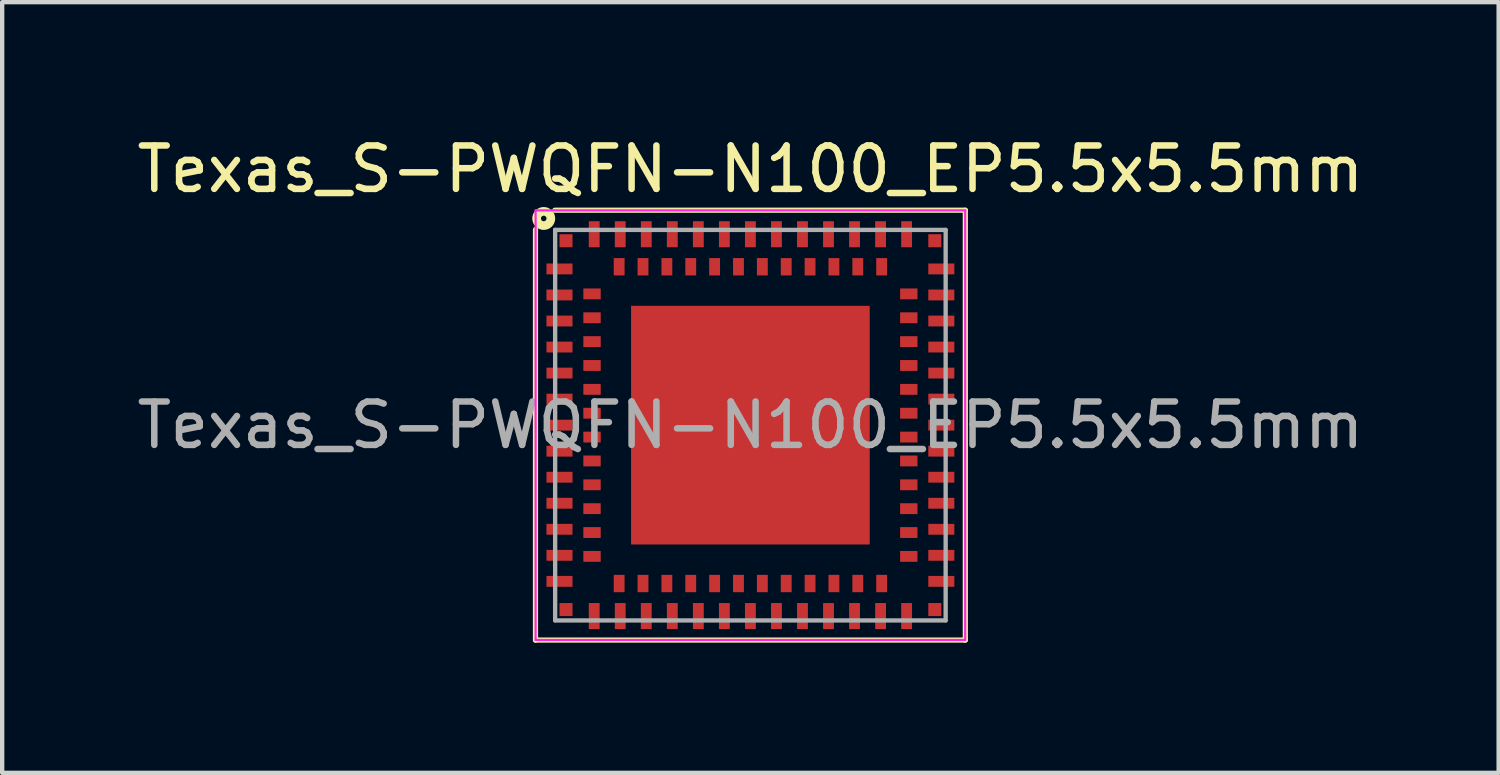
<source format=kicad_pcb>
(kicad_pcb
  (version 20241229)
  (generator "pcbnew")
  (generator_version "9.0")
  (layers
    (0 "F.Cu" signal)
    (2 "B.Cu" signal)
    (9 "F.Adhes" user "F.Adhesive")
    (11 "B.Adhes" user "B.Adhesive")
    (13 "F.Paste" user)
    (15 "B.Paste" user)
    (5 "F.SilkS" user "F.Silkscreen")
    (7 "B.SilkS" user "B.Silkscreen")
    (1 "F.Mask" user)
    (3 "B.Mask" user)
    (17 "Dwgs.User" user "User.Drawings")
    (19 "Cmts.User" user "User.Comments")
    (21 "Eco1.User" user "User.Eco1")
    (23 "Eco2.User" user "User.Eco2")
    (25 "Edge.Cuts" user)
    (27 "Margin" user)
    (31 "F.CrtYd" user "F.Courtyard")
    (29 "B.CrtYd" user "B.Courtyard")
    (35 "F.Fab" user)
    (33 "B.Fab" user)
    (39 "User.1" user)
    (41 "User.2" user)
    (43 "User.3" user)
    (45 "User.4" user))
  (footprint "Texas_S-PWQFN-N100_EP5.5x5.5mm"
    (layer "F.Cu")
    (at 14.244 6.748)
    (property "Reference" "Texas_S-PWQFN-N100_EP5.5x5.5mm" (at 0 -5.9 0) (layer "F.SilkS") (effects (font (size 1 1) (thickness 0.15))))
    (attr smd)
    (fp_line (start -4.953 4.953) (end -4.953 -4.508) (stroke (width 0.12) (type solid)) (layer "F.SilkS"))
    (fp_line (start -4.508 -4.953) (end 4.953 -4.953) (stroke (width 0.12) (type solid)) (layer "F.SilkS"))
    (fp_line (start 4.953 -4.953) (end 4.953 4.953) (stroke (width 0.12) (type solid)) (layer "F.SilkS"))
    (fp_line (start 4.953 4.953) (end -4.953 4.953) (stroke (width 0.12) (type solid)) (layer "F.SilkS"))
    (fp_circle (center -4.763 -4.763) (end -4.699 -4.763) (stroke (width 0.2) (type solid)) (fill no) (layer "F.SilkS"))
    (fp_line (start -4.95 -4.95) (end 4.95 -4.95) (stroke (width 0.05) (type solid)) (layer "F.CrtYd"))
    (fp_line (start -4.95 4.95) (end -4.95 -4.95) (stroke (width 0.05) (type solid)) (layer "F.CrtYd"))
    (fp_line (start 4.95 -4.95) (end 4.95 4.95) (stroke (width 0.05) (type solid)) (layer "F.CrtYd"))
    (fp_line (start 4.95 4.95) (end -4.95 4.95) (stroke (width 0.05) (type solid)) (layer "F.CrtYd"))
    (fp_line (start -4.5 -4.5) (end -4.5 4.5) (stroke (width 0.1) (type solid)) (layer "F.Fab"))
    (fp_line (start -4.5 -4.5) (end 4.5 -4.5) (stroke (width 0.1) (type solid)) (layer "F.Fab"))
    (fp_line (start -4.5 4.5) (end 4.5 4.5) (stroke (width 0.1) (type solid)) (layer "F.Fab"))
    (fp_line (start 4.5 -4.5) (end 4.5 4.5) (stroke (width 0.1) (type solid)) (layer "F.Fab"))
    (fp_text user "${REFERENCE}" (at 0 0 0) (layer "F.Fab") (effects (font (size 1 1) (thickness 0.15))))
    (pad "" smd rect (at -1.66 -1.66) (size 1.5 1.5) (layers "F.Paste"))
    (pad "" smd rect (at -1.66 0) (size 1.5 1.5) (layers "F.Paste"))
    (pad "" smd rect (at -1.66 1.66) (size 1.5 1.5) (layers "F.Paste"))
    (pad "" smd rect (at 0 -1.66) (size 1.5 1.5) (layers "F.Paste"))
    (pad "" smd rect (at 0 0) (size 1.5 1.5) (layers "F.Paste"))
    (pad "" smd rect (at 0 1.66) (size 1.5 1.5) (layers "F.Paste"))
    (pad "" smd rect (at 1.66 -1.66) (size 1.5 1.5) (layers "F.Paste"))
    (pad "" smd rect (at 1.66 0) (size 1.5 1.5) (layers "F.Paste"))
    (pad "" smd rect (at 1.66 1.66) (size 1.5 1.5) (layers "F.Paste"))
    (pad "A1" smd rect (at -4.4 -3.6 90) (size 0.25 0.6) (layers "F.Cu" "F.Mask" "F.Paste"))
    (pad "A2" smd rect (at -4.4 -3 90) (size 0.25 0.6) (layers "F.Cu" "F.Mask" "F.Paste"))
    (pad "A3" smd rect (at -4.4 -2.4 90) (size 0.25 0.6) (layers "F.Cu" "F.Mask" "F.Paste"))
    (pad "A4" smd rect (at -4.4 -1.8 90) (size 0.25 0.6) (layers "F.Cu" "F.Mask" "F.Paste"))
    (pad "A5" smd rect (at -4.4 -1.2 90) (size 0.25 0.6) (layers "F.Cu" "F.Mask" "F.Paste"))
    (pad "A6" smd rect (at -4.4 -0.6 90) (size 0.25 0.6) (layers "F.Cu" "F.Mask" "F.Paste"))
    (pad "A7" smd rect (at -4.4 0 90) (size 0.25 0.6) (layers "F.Cu" "F.Mask" "F.Paste"))
    (pad "A8" smd rect (at -4.4 0.6 90) (size 0.25 0.6) (layers "F.Cu" "F.Mask" "F.Paste"))
    (pad "A9" smd rect (at -4.4 1.2 90) (size 0.25 0.6) (layers "F.Cu" "F.Mask" "F.Paste"))
    (pad "A10" smd rect (at -4.4 1.8 90) (size 0.25 0.6) (layers "F.Cu" "F.Mask" "F.Paste"))
    (pad "A11" smd rect (at -4.4 2.4 90) (size 0.25 0.6) (layers "F.Cu" "F.Mask" "F.Paste"))
    (pad "A12" smd rect (at -4.4 3 90) (size 0.25 0.6) (layers "F.Cu" "F.Mask" "F.Paste"))
    (pad "A13" smd rect (at -4.4 3.6 90) (size 0.25 0.6) (layers "F.Cu" "F.Mask" "F.Paste"))
    (pad "A14" smd rect (at -3.6 4.4) (size 0.25 0.6) (layers "F.Cu" "F.Mask" "F.Paste"))
    (pad "A15" smd rect (at -3 4.4) (size 0.25 0.6) (layers "F.Cu" "F.Mask" "F.Paste"))
    (pad "A16" smd rect (at -2.4 4.4) (size 0.25 0.6) (layers "F.Cu" "F.Mask" "F.Paste"))
    (pad "A17" smd rect (at -1.8 4.4) (size 0.25 0.6) (layers "F.Cu" "F.Mask" "F.Paste"))
    (pad "A18" smd rect (at -1.2 4.4) (size 0.25 0.6) (layers "F.Cu" "F.Mask" "F.Paste"))
    (pad "A19" smd rect (at -0.6 4.4) (size 0.25 0.6) (layers "F.Cu" "F.Mask" "F.Paste"))
    (pad "A20" smd rect (at 0 4.4) (size 0.25 0.6) (layers "F.Cu" "F.Mask" "F.Paste"))
    (pad "A21" smd rect (at 0.6 4.4) (size 0.25 0.6) (layers "F.Cu" "F.Mask" "F.Paste"))
    (pad "A22" smd rect (at 1.2 4.4) (size 0.25 0.6) (layers "F.Cu" "F.Mask" "F.Paste"))
    (pad "A23" smd rect (at 1.8 4.4) (size 0.25 0.6) (layers "F.Cu" "F.Mask" "F.Paste"))
    (pad "A24" smd rect (at 2.4 4.4) (size 0.25 0.6) (layers "F.Cu" "F.Mask" "F.Paste"))
    (pad "A25" smd rect (at 3 4.4) (size 0.25 0.6) (layers "F.Cu" "F.Mask" "F.Paste"))
    (pad "A26" smd rect (at 3.6 4.4) (size 0.25 0.6) (layers "F.Cu" "F.Mask" "F.Paste"))
    (pad "A27" smd rect (at 4.4 3.6 90) (size 0.25 0.6) (layers "F.Cu" "F.Mask" "F.Paste"))
    (pad "A28" smd rect (at 4.4 3 90) (size 0.25 0.6) (layers "F.Cu" "F.Mask" "F.Paste"))
    (pad "A29" smd rect (at 4.4 2.4 90) (size 0.25 0.6) (layers "F.Cu" "F.Mask" "F.Paste"))
    (pad "A30" smd rect (at 4.4 1.8 90) (size 0.25 0.6) (layers "F.Cu" "F.Mask" "F.Paste"))
    (pad "A31" smd rect (at 4.4 1.2 90) (size 0.25 0.6) (layers "F.Cu" "F.Mask" "F.Paste"))
    (pad "A32" smd rect (at 4.4 0.6 90) (size 0.25 0.6) (layers "F.Cu" "F.Mask" "F.Paste"))
    (pad "A33" smd rect (at 4.4 0 90) (size 0.25 0.6) (layers "F.Cu" "F.Mask" "F.Paste"))
    (pad "A34" smd rect (at 4.4 -0.6 90) (size 0.25 0.6) (layers "F.Cu" "F.Mask" "F.Paste"))
    (pad "A35" smd rect (at 4.4 -1.2 90) (size 0.25 0.6) (layers "F.Cu" "F.Mask" "F.Paste"))
    (pad "A36" smd rect (at 4.4 -1.8 90) (size 0.25 0.6) (layers "F.Cu" "F.Mask" "F.Paste"))
    (pad "A37" smd rect (at 4.4 -2.4 90) (size 0.25 0.6) (layers "F.Cu" "F.Mask" "F.Paste"))
    (pad "A38" smd rect (at 4.4 -3 90) (size 0.25 0.6) (layers "F.Cu" "F.Mask" "F.Paste"))
    (pad "A39" smd rect (at 4.4 -3.6 90) (size 0.25 0.6) (layers "F.Cu" "F.Mask" "F.Paste"))
    (pad "A40" smd rect (at 3.6 -4.4) (size 0.25 0.6) (layers "F.Cu" "F.Mask" "F.Paste"))
    (pad "A41" smd rect (at 3 -4.4) (size 0.25 0.6) (layers "F.Cu" "F.Mask" "F.Paste"))
    (pad "A42" smd rect (at 2.4 -4.4) (size 0.25 0.6) (layers "F.Cu" "F.Mask" "F.Paste"))
    (pad "A43" smd rect (at 1.8 -4.4) (size 0.25 0.6) (layers "F.Cu" "F.Mask" "F.Paste"))
    (pad "A44" smd rect (at 1.2 -4.4) (size 0.25 0.6) (layers "F.Cu" "F.Mask" "F.Paste"))
    (pad "A45" smd rect (at 0.6 -4.4) (size 0.25 0.6) (layers "F.Cu" "F.Mask" "F.Paste"))
    (pad "A46" smd rect (at 0 -4.4) (size 0.25 0.6) (layers "F.Cu" "F.Mask" "F.Paste"))
    (pad "A47" smd rect (at -0.6 -4.4) (size 0.25 0.6) (layers "F.Cu" "F.Mask" "F.Paste"))
    (pad "A48" smd rect (at -1.2 -4.4) (size 0.25 0.6) (layers "F.Cu" "F.Mask" "F.Paste"))
    (pad "A49" smd rect (at -1.8 -4.4) (size 0.25 0.6) (layers "F.Cu" "F.Mask" "F.Paste"))
    (pad "A50" smd rect (at -2.4 -4.4) (size 0.25 0.6) (layers "F.Cu" "F.Mask" "F.Paste"))
    (pad "A51" smd rect (at -3 -4.4) (size 0.25 0.6) (layers "F.Cu" "F.Mask" "F.Paste"))
    (pad "A52" smd rect (at -3.6 -4.4) (size 0.25 0.6) (layers "F.Cu" "F.Mask" "F.Paste"))
    (pad "A53" smd rect (at 0 0) (size 5.5 5.5) (layers "F.Cu" "F.Mask"))
    (pad "B1" smd rect (at -3.65 -3.025 90) (size 0.25 0.4) (layers "F.Cu" "F.Mask" "F.Paste"))
    (pad "B2" smd rect (at -3.65 -2.475 90) (size 0.25 0.4) (layers "F.Cu" "F.Mask" "F.Paste"))
    (pad "B3" smd rect (at -3.65 -1.925 90) (size 0.25 0.4) (layers "F.Cu" "F.Mask" "F.Paste"))
    (pad "B4" smd rect (at -3.65 -1.375 90) (size 0.25 0.4) (layers "F.Cu" "F.Mask" "F.Paste"))
    (pad "B5" smd rect (at -3.65 -0.825 90) (size 0.25 0.4) (layers "F.Cu" "F.Mask" "F.Paste"))
    (pad "B6" smd rect (at -3.65 -0.275 90) (size 0.25 0.4) (layers "F.Cu" "F.Mask" "F.Paste"))
    (pad "B7" smd rect (at -3.65 0.275 90) (size 0.25 0.4) (layers "F.Cu" "F.Mask" "F.Paste"))
    (pad "B8" smd rect (at -3.65 0.825 90) (size 0.25 0.4) (layers "F.Cu" "F.Mask" "F.Paste"))
    (pad "B9" smd rect (at -3.65 1.375 90) (size 0.25 0.4) (layers "F.Cu" "F.Mask" "F.Paste"))
    (pad "B10" smd rect (at -3.65 1.925 90) (size 0.25 0.4) (layers "F.Cu" "F.Mask" "F.Paste"))
    (pad "B11" smd rect (at -3.65 2.475 90) (size 0.25 0.4) (layers "F.Cu" "F.Mask" "F.Paste"))
    (pad "B12" smd rect (at -3.65 3.025 90) (size 0.25 0.4) (layers "F.Cu" "F.Mask" "F.Paste"))
    (pad "B13" smd rect (at -3.025 3.65) (size 0.25 0.4) (layers "F.Cu" "F.Mask" "F.Paste"))
    (pad "B14" smd rect (at -2.475 3.65) (size 0.25 0.4) (layers "F.Cu" "F.Mask" "F.Paste"))
    (pad "B15" smd rect (at -1.925 3.65) (size 0.25 0.4) (layers "F.Cu" "F.Mask" "F.Paste"))
    (pad "B16" smd rect (at -1.375 3.65) (size 0.25 0.4) (layers "F.Cu" "F.Mask" "F.Paste"))
    (pad "B17" smd rect (at -0.825 3.65) (size 0.25 0.4) (layers "F.Cu" "F.Mask" "F.Paste"))
    (pad "B18" smd rect (at -0.275 3.65) (size 0.25 0.4) (layers "F.Cu" "F.Mask" "F.Paste"))
    (pad "B19" smd rect (at 0.275 3.65) (size 0.25 0.4) (layers "F.Cu" "F.Mask" "F.Paste"))
    (pad "B20" smd rect (at 0.825 3.65) (size 0.25 0.4) (layers "F.Cu" "F.Mask" "F.Paste"))
    (pad "B21" smd rect (at 1.375 3.65) (size 0.25 0.4) (layers "F.Cu" "F.Mask" "F.Paste"))
    (pad "B22" smd rect (at 1.925 3.65) (size 0.25 0.4) (layers "F.Cu" "F.Mask" "F.Paste"))
    (pad "B23" smd rect (at 2.475 3.65) (size 0.25 0.4) (layers "F.Cu" "F.Mask" "F.Paste"))
    (pad "B24" smd rect (at 3.025 3.65) (size 0.25 0.4) (layers "F.Cu" "F.Mask" "F.Paste"))
    (pad "B25" smd rect (at 3.65 3.025 90) (size 0.25 0.4) (layers "F.Cu" "F.Mask" "F.Paste"))
    (pad "B26" smd rect (at 3.65 2.475 90) (size 0.25 0.4) (layers "F.Cu" "F.Mask" "F.Paste"))
    (pad "B27" smd rect (at 3.65 1.925 90) (size 0.25 0.4) (layers "F.Cu" "F.Mask" "F.Paste"))
    (pad "B28" smd rect (at 3.65 1.375 90) (size 0.25 0.4) (layers "F.Cu" "F.Mask" "F.Paste"))
    (pad "B29" smd rect (at 3.65 0.825 90) (size 0.25 0.4) (layers "F.Cu" "F.Mask" "F.Paste"))
    (pad "B30" smd rect (at 3.65 0.275 90) (size 0.25 0.4) (layers "F.Cu" "F.Mask" "F.Paste"))
    (pad "B31" smd rect (at 3.65 -0.275 90) (size 0.25 0.4) (layers "F.Cu" "F.Mask" "F.Paste"))
    (pad "B32" smd rect (at 3.65 -0.825 90) (size 0.25 0.4) (layers "F.Cu" "F.Mask" "F.Paste"))
    (pad "B33" smd rect (at 3.65 -1.375 90) (size 0.25 0.4) (layers "F.Cu" "F.Mask" "F.Paste"))
    (pad "B34" smd rect (at 3.65 -1.925 90) (size 0.25 0.4) (layers "F.Cu" "F.Mask" "F.Paste"))
    (pad "B35" smd rect (at 3.65 -2.475 90) (size 0.25 0.4) (layers "F.Cu" "F.Mask" "F.Paste"))
    (pad "B36" smd rect (at 3.65 -3.025 90) (size 0.25 0.4) (layers "F.Cu" "F.Mask" "F.Paste"))
    (pad "B37" smd rect (at 3.025 -3.65) (size 0.25 0.4) (layers "F.Cu" "F.Mask" "F.Paste"))
    (pad "B38" smd rect (at 2.475 -3.65) (size 0.25 0.4) (layers "F.Cu" "F.Mask" "F.Paste"))
    (pad "B39" smd rect (at 1.925 -3.65) (size 0.25 0.4) (layers "F.Cu" "F.Mask" "F.Paste"))
    (pad "B40" smd rect (at 1.375 -3.65) (size 0.25 0.4) (layers "F.Cu" "F.Mask" "F.Paste"))
    (pad "B41" smd rect (at 0.825 -3.65) (size 0.25 0.4) (layers "F.Cu" "F.Mask" "F.Paste"))
    (pad "B42" smd rect (at 0.275 -3.65) (size 0.25 0.4) (layers "F.Cu" "F.Mask" "F.Paste"))
    (pad "B43" smd rect (at -0.275 -3.65) (size 0.25 0.4) (layers "F.Cu" "F.Mask" "F.Paste"))
    (pad "B44" smd rect (at -0.825 -3.65) (size 0.25 0.4) (layers "F.Cu" "F.Mask" "F.Paste"))
    (pad "B45" smd rect (at -1.375 -3.65) (size 0.25 0.4) (layers "F.Cu" "F.Mask" "F.Paste"))
    (pad "B46" smd rect (at -1.925 -3.65) (size 0.25 0.4) (layers "F.Cu" "F.Mask" "F.Paste"))
    (pad "B47" smd rect (at -2.475 -3.65) (size 0.25 0.4) (layers "F.Cu" "F.Mask" "F.Paste"))
    (pad "B48" smd rect (at -3.025 -3.65) (size 0.25 0.4) (layers "F.Cu" "F.Mask" "F.Paste"))
    (pad "C1" smd rect (at -4.25 -4.25) (size 0.3 0.3) (layers "F.Cu" "F.Mask" "F.Paste"))
    (pad "C2" smd rect (at -4.25 4.25) (size 0.3 0.3) (layers "F.Cu" "F.Mask" "F.Paste"))
    (pad "C3" smd rect (at 4.25 4.25) (size 0.3 0.3) (layers "F.Cu" "F.Mask" "F.Paste"))
    (pad "C4" smd rect (at 4.25 -4.25) (size 0.3 0.3) (layers "F.Cu" "F.Mask" "F.Paste")))
  (gr_rect
    (start -3 -3)
    (end 31.488 14.761)
    (stroke (width 0.1) (type default))
    (fill no)
    (layer "Edge.Cuts")))
</source>
